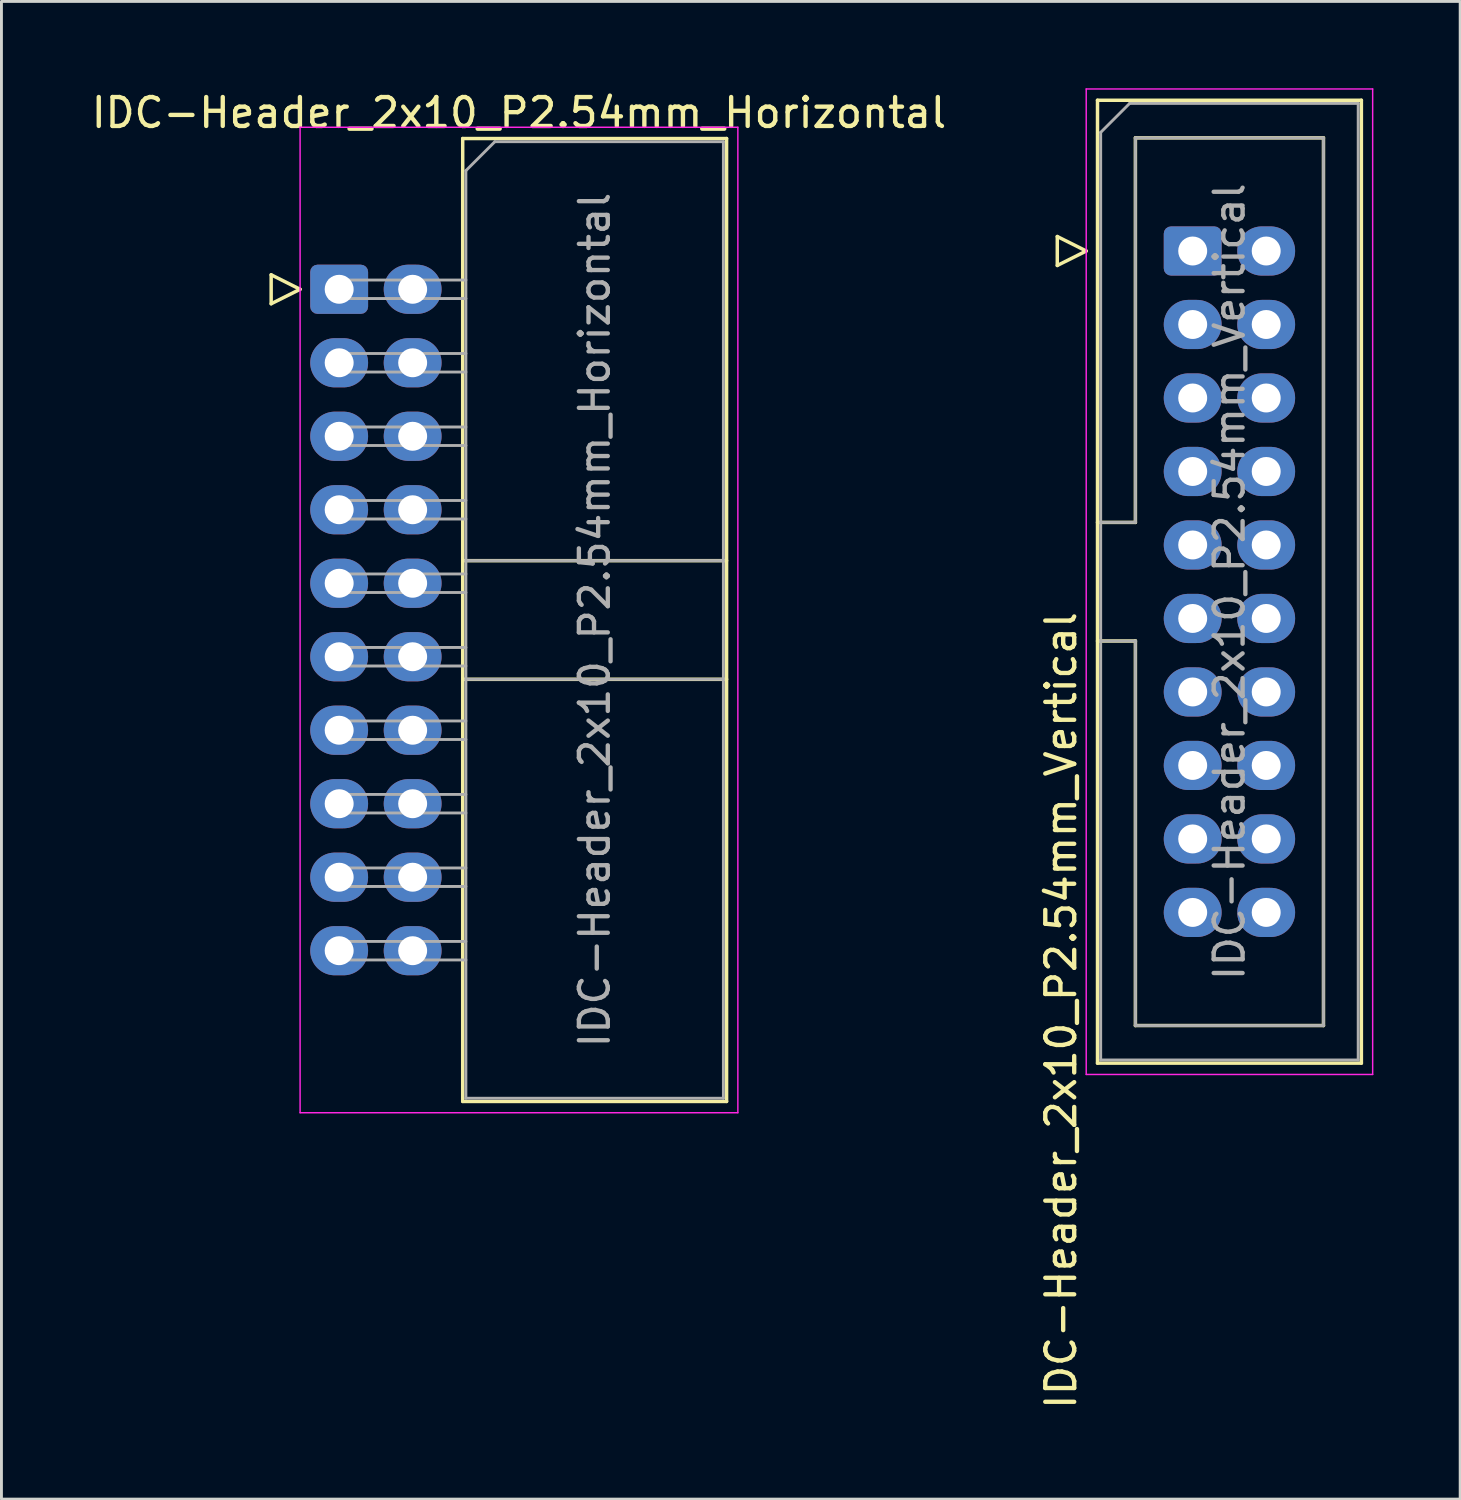
<source format=kicad_pcb>
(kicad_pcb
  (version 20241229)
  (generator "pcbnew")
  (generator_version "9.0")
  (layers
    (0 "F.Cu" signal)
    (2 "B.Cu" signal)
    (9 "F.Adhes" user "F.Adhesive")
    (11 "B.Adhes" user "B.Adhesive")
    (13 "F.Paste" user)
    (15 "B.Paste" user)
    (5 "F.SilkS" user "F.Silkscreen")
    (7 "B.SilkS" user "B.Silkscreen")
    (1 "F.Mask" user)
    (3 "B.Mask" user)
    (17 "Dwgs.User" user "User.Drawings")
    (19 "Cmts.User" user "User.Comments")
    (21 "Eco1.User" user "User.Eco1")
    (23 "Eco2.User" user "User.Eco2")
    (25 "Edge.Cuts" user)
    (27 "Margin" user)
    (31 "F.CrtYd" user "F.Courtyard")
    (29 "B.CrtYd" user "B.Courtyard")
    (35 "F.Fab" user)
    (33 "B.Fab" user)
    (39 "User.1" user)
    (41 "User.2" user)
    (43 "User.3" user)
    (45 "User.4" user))
  (footprint "IDC-Header_2x10_P2.54mm_Horizontal"
    (layer "F.Cu")
    (at 8.672 6.948)
    (property "Reference" "IDC-Header_2x10_P2.54mm_Horizontal" (at 6.215 -6.1 0) (layer "F.SilkS") (effects (font (size 1 1) (thickness 0.15))))
    (attr through_hole)
    (fp_line (start -2.35 -0.5) (end -2.35 0.5) (stroke (width 0.12) (type solid)) (layer "F.SilkS"))
    (fp_line (start -2.35 0.5) (end -1.35 0) (stroke (width 0.12) (type solid)) (layer "F.SilkS"))
    (fp_line (start -1.35 0) (end -2.35 -0.5) (stroke (width 0.12) (type solid)) (layer "F.SilkS"))
    (fp_line (start 4.27 -5.21) (end 13.39 -5.21) (stroke (width 0.12) (type solid)) (layer "F.SilkS"))
    (fp_line (start 4.27 9.38) (end 13.39 9.38) (stroke (width 0.12) (type solid)) (layer "F.SilkS"))
    (fp_line (start 4.27 13.48) (end 13.39 13.48) (stroke (width 0.12) (type solid)) (layer "F.SilkS"))
    (fp_line (start 4.27 28.07) (end 4.27 -5.21) (stroke (width 0.12) (type solid)) (layer "F.SilkS"))
    (fp_line (start 13.39 -5.21) (end 13.39 28.07) (stroke (width 0.12) (type solid)) (layer "F.SilkS"))
    (fp_line (start 13.39 28.07) (end 4.27 28.07) (stroke (width 0.12) (type solid)) (layer "F.SilkS"))
    (fp_line (start -1.35 -5.6) (end -1.35 28.46) (stroke (width 0.05) (type solid)) (layer "F.CrtYd"))
    (fp_line (start -1.35 28.46) (end 13.78 28.46) (stroke (width 0.05) (type solid)) (layer "F.CrtYd"))
    (fp_line (start 13.78 -5.6) (end -1.35 -5.6) (stroke (width 0.05) (type solid)) (layer "F.CrtYd"))
    (fp_line (start 13.78 28.46) (end 13.78 -5.6) (stroke (width 0.05) (type solid)) (layer "F.CrtYd"))
    (fp_line (start -0.32 -0.32) (end -0.32 0.32) (stroke (width 0.1) (type solid)) (layer "F.Fab"))
    (fp_line (start -0.32 0.32) (end 4.38 0.32) (stroke (width 0.1) (type solid)) (layer "F.Fab"))
    (fp_line (start -0.32 2.22) (end -0.32 2.86) (stroke (width 0.1) (type solid)) (layer "F.Fab"))
    (fp_line (start -0.32 2.86) (end 4.38 2.86) (stroke (width 0.1) (type solid)) (layer "F.Fab"))
    (fp_line (start -0.32 4.76) (end -0.32 5.4) (stroke (width 0.1) (type solid)) (layer "F.Fab"))
    (fp_line (start -0.32 5.4) (end 4.38 5.4) (stroke (width 0.1) (type solid)) (layer "F.Fab"))
    (fp_line (start -0.32 7.3) (end -0.32 7.94) (stroke (width 0.1) (type solid)) (layer "F.Fab"))
    (fp_line (start -0.32 7.94) (end 4.38 7.94) (stroke (width 0.1) (type solid)) (layer "F.Fab"))
    (fp_line (start -0.32 9.84) (end -0.32 10.48) (stroke (width 0.1) (type solid)) (layer "F.Fab"))
    (fp_line (start -0.32 10.48) (end 4.38 10.48) (stroke (width 0.1) (type solid)) (layer "F.Fab"))
    (fp_line (start -0.32 12.38) (end -0.32 13.02) (stroke (width 0.1) (type solid)) (layer "F.Fab"))
    (fp_line (start -0.32 13.02) (end 4.38 13.02) (stroke (width 0.1) (type solid)) (layer "F.Fab"))
    (fp_line (start -0.32 14.92) (end -0.32 15.56) (stroke (width 0.1) (type solid)) (layer "F.Fab"))
    (fp_line (start -0.32 15.56) (end 4.38 15.56) (stroke (width 0.1) (type solid)) (layer "F.Fab"))
    (fp_line (start -0.32 17.46) (end -0.32 18.1) (stroke (width 0.1) (type solid)) (layer "F.Fab"))
    (fp_line (start -0.32 18.1) (end 4.38 18.1) (stroke (width 0.1) (type solid)) (layer "F.Fab"))
    (fp_line (start -0.32 20) (end -0.32 20.64) (stroke (width 0.1) (type solid)) (layer "F.Fab"))
    (fp_line (start -0.32 20.64) (end 4.38 20.64) (stroke (width 0.1) (type solid)) (layer "F.Fab"))
    (fp_line (start -0.32 22.54) (end -0.32 23.18) (stroke (width 0.1) (type solid)) (layer "F.Fab"))
    (fp_line (start -0.32 23.18) (end 4.38 23.18) (stroke (width 0.1) (type solid)) (layer "F.Fab"))
    (fp_line (start 4.38 -4.1) (end 5.38 -5.1) (stroke (width 0.1) (type solid)) (layer "F.Fab"))
    (fp_line (start 4.38 -0.32) (end -0.32 -0.32) (stroke (width 0.1) (type solid)) (layer "F.Fab"))
    (fp_line (start 4.38 2.22) (end -0.32 2.22) (stroke (width 0.1) (type solid)) (layer "F.Fab"))
    (fp_line (start 4.38 4.76) (end -0.32 4.76) (stroke (width 0.1) (type solid)) (layer "F.Fab"))
    (fp_line (start 4.38 7.3) (end -0.32 7.3) (stroke (width 0.1) (type solid)) (layer "F.Fab"))
    (fp_line (start 4.38 9.38) (end 13.28 9.38) (stroke (width 0.1) (type solid)) (layer "F.Fab"))
    (fp_line (start 4.38 9.84) (end -0.32 9.84) (stroke (width 0.1) (type solid)) (layer "F.Fab"))
    (fp_line (start 4.38 12.38) (end -0.32 12.38) (stroke (width 0.1) (type solid)) (layer "F.Fab"))
    (fp_line (start 4.38 13.48) (end 13.28 13.48) (stroke (width 0.1) (type solid)) (layer "F.Fab"))
    (fp_line (start 4.38 14.92) (end -0.32 14.92) (stroke (width 0.1) (type solid)) (layer "F.Fab"))
    (fp_line (start 4.38 17.46) (end -0.32 17.46) (stroke (width 0.1) (type solid)) (layer "F.Fab"))
    (fp_line (start 4.38 20) (end -0.32 20) (stroke (width 0.1) (type solid)) (layer "F.Fab"))
    (fp_line (start 4.38 22.54) (end -0.32 22.54) (stroke (width 0.1) (type solid)) (layer "F.Fab"))
    (fp_line (start 4.38 27.96) (end 4.38 -4.1) (stroke (width 0.1) (type solid)) (layer "F.Fab"))
    (fp_line (start 5.38 -5.1) (end 13.28 -5.1) (stroke (width 0.1) (type solid)) (layer "F.Fab"))
    (fp_line (start 13.28 -5.1) (end 13.28 27.96) (stroke (width 0.1) (type solid)) (layer "F.Fab"))
    (fp_line (start 13.28 27.96) (end 4.38 27.96) (stroke (width 0.1) (type solid)) (layer "F.Fab"))
    (fp_text user "${REFERENCE}" (at 8.83 11.43 90) (layer "F.Fab") (effects (font (size 1 1) (thickness 0.15))))
    (pad "1" thru_hole roundrect (at 0 0) (size 2 1.7) (drill 1) (layers "*.Cu" "*.Mask") (roundrect_rratio 0.147))
    (pad "2" thru_hole oval (at 2.54 0) (size 2 1.7) (drill 1) (layers "*.Cu" "*.Mask"))
    (pad "3" thru_hole oval (at 0 2.54) (size 2 1.7) (drill 1) (layers "*.Cu" "*.Mask"))
    (pad "4" thru_hole oval (at 2.54 2.54) (size 2 1.7) (drill 1) (layers "*.Cu" "*.Mask"))
    (pad "5" thru_hole oval (at 0 5.08) (size 2 1.7) (drill 1) (layers "*.Cu" "*.Mask"))
    (pad "6" thru_hole oval (at 2.54 5.08) (size 2 1.7) (drill 1) (layers "*.Cu" "*.Mask"))
    (pad "7" thru_hole oval (at 0 7.62) (size 2 1.7) (drill 1) (layers "*.Cu" "*.Mask"))
    (pad "8" thru_hole oval (at 2.54 7.62) (size 2 1.7) (drill 1) (layers "*.Cu" "*.Mask"))
    (pad "9" thru_hole oval (at 0 10.16) (size 2 1.7) (drill 1) (layers "*.Cu" "*.Mask"))
    (pad "10" thru_hole oval (at 2.54 10.16) (size 2 1.7) (drill 1) (layers "*.Cu" "*.Mask"))
    (pad "11" thru_hole oval (at 0 12.7) (size 2 1.7) (drill 1) (layers "*.Cu" "*.Mask"))
    (pad "12" thru_hole oval (at 2.54 12.7) (size 2 1.7) (drill 1) (layers "*.Cu" "*.Mask"))
    (pad "13" thru_hole oval (at 0 15.24) (size 2 1.7) (drill 1) (layers "*.Cu" "*.Mask"))
    (pad "14" thru_hole oval (at 2.54 15.24) (size 2 1.7) (drill 1) (layers "*.Cu" "*.Mask"))
    (pad "15" thru_hole oval (at 0 17.78) (size 2 1.7) (drill 1) (layers "*.Cu" "*.Mask"))
    (pad "16" thru_hole oval (at 2.54 17.78) (size 2 1.7) (drill 1) (layers "*.Cu" "*.Mask"))
    (pad "17" thru_hole oval (at 0 20.32) (size 2 1.7) (drill 1) (layers "*.Cu" "*.Mask"))
    (pad "18" thru_hole oval (at 2.54 20.32) (size 2 1.7) (drill 1) (layers "*.Cu" "*.Mask"))
    (pad "19" thru_hole oval (at 0 22.86) (size 2 1.7) (drill 1) (layers "*.Cu" "*.Mask"))
    (pad "20" thru_hole oval (at 2.54 22.86) (size 2 1.7) (drill 1) (layers "*.Cu" "*.Mask")))
  (footprint "IDC-Header_2x10_P2.54mm_Vertical"
    (layer "F.Cu")
    (at 38.172 5.625)
    (property "Reference" "IDC-Header_2x10_P2.54mm_Vertical" (at -4.55 26.25 90) (layer "F.SilkS") (effects (font (size 1 1) (thickness 0.15))))
    (attr through_hole)
    (fp_line (start -4.68 -0.5) (end -4.68 0.5) (stroke (width 0.12) (type solid)) (layer "F.SilkS"))
    (fp_line (start -4.68 0.5) (end -3.68 0) (stroke (width 0.12) (type solid)) (layer "F.SilkS"))
    (fp_line (start -3.68 0) (end -4.68 -0.5) (stroke (width 0.12) (type solid)) (layer "F.SilkS"))
    (fp_line (start -3.29 -5.21) (end 5.83 -5.21) (stroke (width 0.12) (type solid)) (layer "F.SilkS"))
    (fp_line (start -3.29 9.38) (end -1.98 9.38) (stroke (width 0.12) (type solid)) (layer "F.SilkS"))
    (fp_line (start -3.29 28.07) (end -3.29 -5.21) (stroke (width 0.12) (type solid)) (layer "F.SilkS"))
    (fp_line (start -1.98 -3.91) (end 4.52 -3.91) (stroke (width 0.12) (type solid)) (layer "F.SilkS"))
    (fp_line (start -1.98 9.38) (end -1.98 -3.91) (stroke (width 0.12) (type solid)) (layer "F.SilkS"))
    (fp_line (start -1.98 13.48) (end -3.29 13.48) (stroke (width 0.12) (type solid)) (layer "F.SilkS"))
    (fp_line (start -1.98 13.48) (end -1.98 13.48) (stroke (width 0.12) (type solid)) (layer "F.SilkS"))
    (fp_line (start -1.98 26.77) (end -1.98 13.48) (stroke (width 0.12) (type solid)) (layer "F.SilkS"))
    (fp_line (start 4.52 -3.91) (end 4.52 26.77) (stroke (width 0.12) (type solid)) (layer "F.SilkS"))
    (fp_line (start 4.52 26.77) (end -1.98 26.77) (stroke (width 0.12) (type solid)) (layer "F.SilkS"))
    (fp_line (start 5.83 -5.21) (end 5.83 28.07) (stroke (width 0.12) (type solid)) (layer "F.SilkS"))
    (fp_line (start 5.83 28.07) (end -3.29 28.07) (stroke (width 0.12) (type solid)) (layer "F.SilkS"))
    (fp_line (start -3.68 -5.6) (end -3.68 28.46) (stroke (width 0.05) (type solid)) (layer "F.CrtYd"))
    (fp_line (start -3.68 28.46) (end 6.22 28.46) (stroke (width 0.05) (type solid)) (layer "F.CrtYd"))
    (fp_line (start 6.22 -5.6) (end -3.68 -5.6) (stroke (width 0.05) (type solid)) (layer "F.CrtYd"))
    (fp_line (start 6.22 28.46) (end 6.22 -5.6) (stroke (width 0.05) (type solid)) (layer "F.CrtYd"))
    (fp_line (start -3.18 -4.1) (end -2.18 -5.1) (stroke (width 0.1) (type solid)) (layer "F.Fab"))
    (fp_line (start -3.18 9.38) (end -1.98 9.38) (stroke (width 0.1) (type solid)) (layer "F.Fab"))
    (fp_line (start -3.18 27.96) (end -3.18 -4.1) (stroke (width 0.1) (type solid)) (layer "F.Fab"))
    (fp_line (start -2.18 -5.1) (end 5.72 -5.1) (stroke (width 0.1) (type solid)) (layer "F.Fab"))
    (fp_line (start -1.98 -3.91) (end 4.52 -3.91) (stroke (width 0.1) (type solid)) (layer "F.Fab"))
    (fp_line (start -1.98 9.38) (end -1.98 -3.91) (stroke (width 0.1) (type solid)) (layer "F.Fab"))
    (fp_line (start -1.98 13.48) (end -3.18 13.48) (stroke (width 0.1) (type solid)) (layer "F.Fab"))
    (fp_line (start -1.98 13.48) (end -1.98 13.48) (stroke (width 0.1) (type solid)) (layer "F.Fab"))
    (fp_line (start -1.98 26.77) (end -1.98 13.48) (stroke (width 0.1) (type solid)) (layer "F.Fab"))
    (fp_line (start 4.52 -3.91) (end 4.52 26.77) (stroke (width 0.1) (type solid)) (layer "F.Fab"))
    (fp_line (start 4.52 26.77) (end -1.98 26.77) (stroke (width 0.1) (type solid)) (layer "F.Fab"))
    (fp_line (start 5.72 -5.1) (end 5.72 27.96) (stroke (width 0.1) (type solid)) (layer "F.Fab"))
    (fp_line (start 5.72 27.96) (end -3.18 27.96) (stroke (width 0.1) (type solid)) (layer "F.Fab"))
    (fp_text user "${REFERENCE}" (at 1.27 11.43 90) (layer "F.Fab") (effects (font (size 1 1) (thickness 0.15))))
    (pad "1" thru_hole roundrect (at 0 0) (size 2 1.7) (drill 1) (layers "*.Cu" "*.Mask") (roundrect_rratio 0.147))
    (pad "2" thru_hole oval (at 2.54 0) (size 2 1.7) (drill 1) (layers "*.Cu" "*.Mask"))
    (pad "3" thru_hole oval (at 0 2.54) (size 2 1.7) (drill 1) (layers "*.Cu" "*.Mask"))
    (pad "4" thru_hole oval (at 2.54 2.54) (size 2 1.7) (drill 1) (layers "*.Cu" "*.Mask"))
    (pad "5" thru_hole oval (at 0 5.08) (size 2 1.7) (drill 1) (layers "*.Cu" "*.Mask"))
    (pad "6" thru_hole oval (at 2.54 5.08) (size 2 1.7) (drill 1) (layers "*.Cu" "*.Mask"))
    (pad "7" thru_hole oval (at 0 7.62) (size 2 1.7) (drill 1) (layers "*.Cu" "*.Mask"))
    (pad "8" thru_hole oval (at 2.54 7.62) (size 2 1.7) (drill 1) (layers "*.Cu" "*.Mask"))
    (pad "9" thru_hole oval (at 0 10.16) (size 2 1.7) (drill 1) (layers "*.Cu" "*.Mask"))
    (pad "10" thru_hole oval (at 2.54 10.16) (size 2 1.7) (drill 1) (layers "*.Cu" "*.Mask"))
    (pad "11" thru_hole oval (at 0 12.7) (size 2 1.7) (drill 1) (layers "*.Cu" "*.Mask"))
    (pad "12" thru_hole oval (at 2.54 12.7) (size 2 1.7) (drill 1) (layers "*.Cu" "*.Mask"))
    (pad "13" thru_hole oval (at 0 15.24) (size 2 1.7) (drill 1) (layers "*.Cu" "*.Mask"))
    (pad "14" thru_hole oval (at 2.54 15.24) (size 2 1.7) (drill 1) (layers "*.Cu" "*.Mask"))
    (pad "15" thru_hole oval (at 0 17.78) (size 2 1.7) (drill 1) (layers "*.Cu" "*.Mask"))
    (pad "16" thru_hole oval (at 2.54 17.78) (size 2 1.7) (drill 1) (layers "*.Cu" "*.Mask"))
    (pad "17" thru_hole oval (at 0 20.32) (size 2 1.7) (drill 1) (layers "*.Cu" "*.Mask"))
    (pad "18" thru_hole oval (at 2.54 20.32) (size 2 1.7) (drill 1) (layers "*.Cu" "*.Mask"))
    (pad "19" thru_hole oval (at 0 22.86) (size 2 1.7) (drill 1) (layers "*.Cu" "*.Mask"))
    (pad "20" thru_hole oval (at 2.54 22.86) (size 2 1.7) (drill 1) (layers "*.Cu" "*.Mask")))
  (gr_rect
    (start -3 -3)
    (end 47.417 48.762)
    (stroke (width 0.1) (type default))
    (fill no)
    (layer "Edge.Cuts")))
</source>
